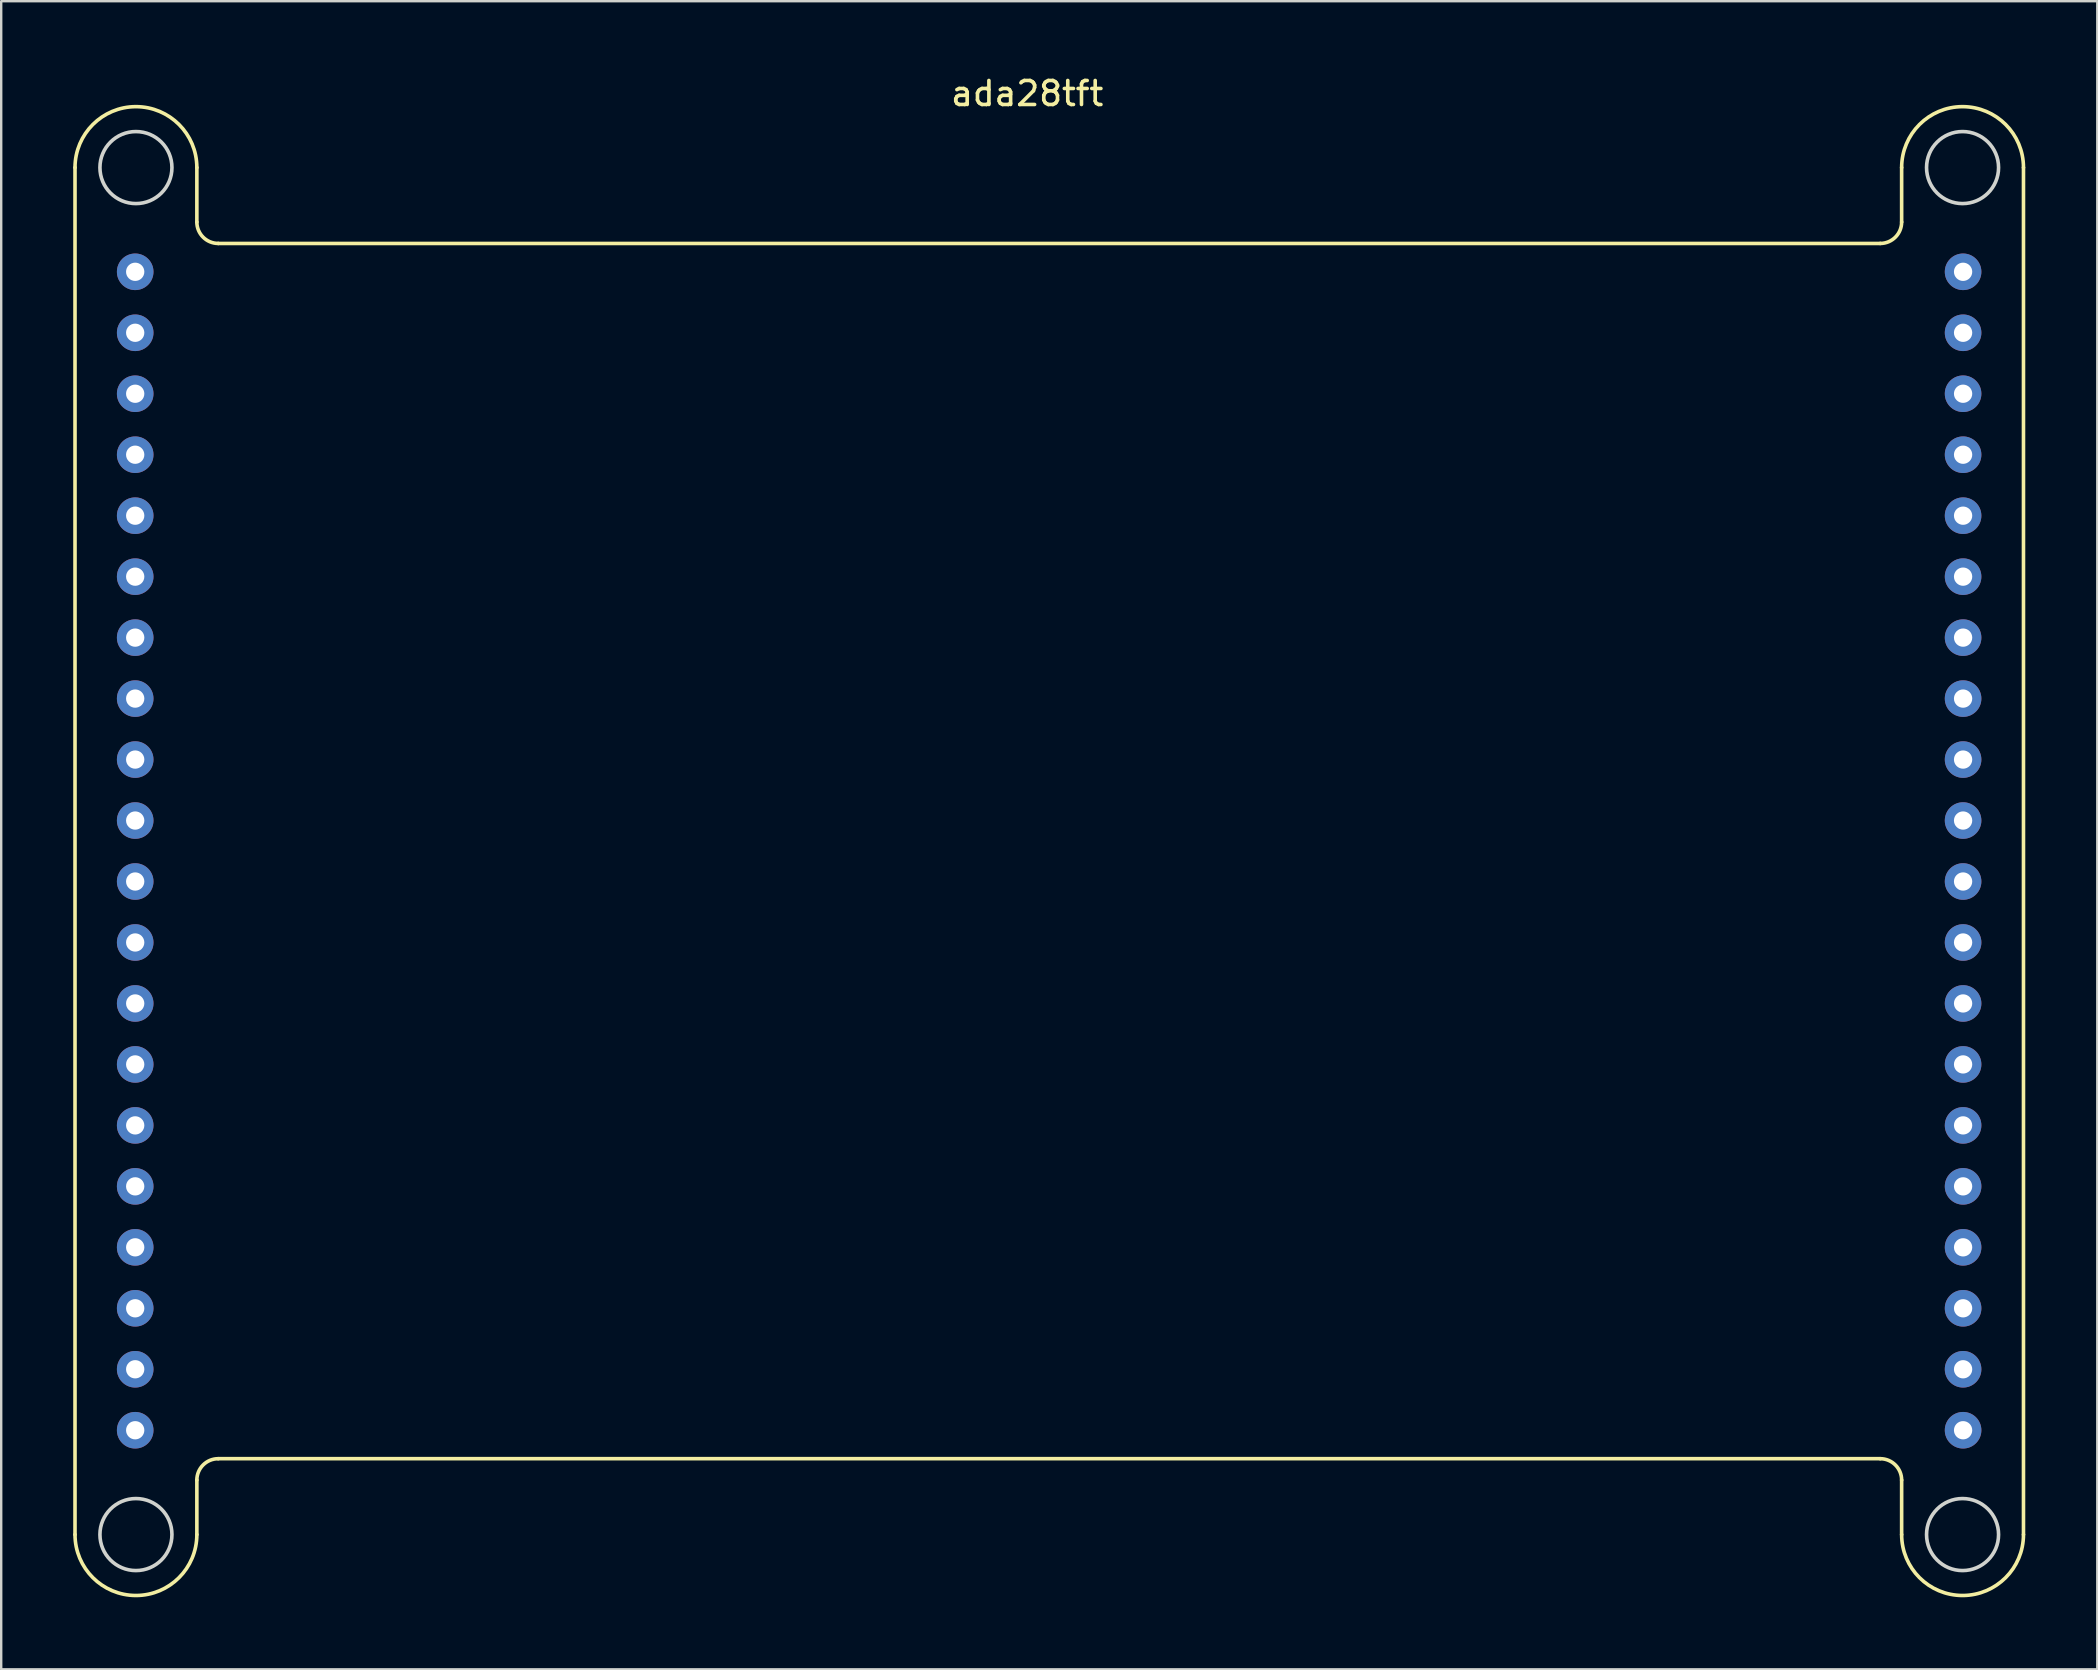
<source format=kicad_pcb>
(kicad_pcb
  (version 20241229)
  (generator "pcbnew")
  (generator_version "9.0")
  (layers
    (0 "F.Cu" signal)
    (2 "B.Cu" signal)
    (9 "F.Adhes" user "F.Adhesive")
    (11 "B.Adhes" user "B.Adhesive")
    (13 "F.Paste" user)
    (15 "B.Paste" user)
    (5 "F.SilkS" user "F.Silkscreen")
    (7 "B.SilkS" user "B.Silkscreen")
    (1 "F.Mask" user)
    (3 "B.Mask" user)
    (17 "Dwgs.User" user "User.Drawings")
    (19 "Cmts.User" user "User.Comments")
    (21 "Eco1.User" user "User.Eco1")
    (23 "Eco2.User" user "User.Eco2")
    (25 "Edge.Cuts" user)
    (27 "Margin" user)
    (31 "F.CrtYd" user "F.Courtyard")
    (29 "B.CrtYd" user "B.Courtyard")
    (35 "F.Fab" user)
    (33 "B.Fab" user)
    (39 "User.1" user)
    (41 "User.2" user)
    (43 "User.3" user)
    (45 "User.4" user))
  (footprint "ada28tft"
    (layer "F.Cu")
    (at 39.361 0.653)
    (property "Reference" "ada28tft" (at 0.381 0.195 0) (layer "F.SilkS") (effects (font (size 1 1) (thickness 0.15))))
    (attr through_hole)
    (fp_line (start -39.286 60.226) (end -39.286 3.278) (stroke (width 0.15) (type solid)) (layer "F.SilkS"))
    (fp_line (start -34.21 5.548) (end -34.21 3.278) (stroke (width 0.15) (type solid)) (layer "F.SilkS"))
    (fp_line (start -34.21 57.956) (end -34.21 60.226) (stroke (width 0.15) (type solid)) (layer "F.SilkS"))
    (fp_line (start -33.319 6.439) (end 35.919 6.439) (stroke (width 0.15) (type solid)) (layer "F.SilkS"))
    (fp_line (start -33.319 57.065) (end 35.919 57.065) (stroke (width 0.15) (type solid)) (layer "F.SilkS"))
    (fp_line (start 36.81 5.548) (end 36.81 3.278) (stroke (width 0.15) (type solid)) (layer "F.SilkS"))
    (fp_line (start 36.81 57.956) (end 36.81 60.226) (stroke (width 0.15) (type solid)) (layer "F.SilkS"))
    (fp_line (start 41.886 60.226) (end 41.886 3.278) (stroke (width 0.15) (type solid)) (layer "F.SilkS"))
    (fp_arc (start -39.285953 3.277915) (mid -36.748116 0.740078) (end -34.210279 3.277915) (stroke (width 0.15) (type solid)) (layer "F.SilkS"))
    (fp_arc (start -34.210279 57.956483) (mid -33.949307 57.32644) (end -33.319264 57.065468) (stroke (width 0.15) (type solid)) (layer "F.SilkS"))
    (fp_arc (start -34.210279 60.226301) (mid -36.748116 62.764138) (end -39.285953 60.226301) (stroke (width 0.15) (type solid)) (layer "F.SilkS"))
    (fp_arc (start -33.319264 6.438748) (mid -33.949307 6.177776) (end -34.210279 5.547733) (stroke (width 0.15) (type solid)) (layer "F.SilkS"))
    (fp_arc (start 35.919176 57.065469) (mid 36.549218 57.326441) (end 36.81019 57.956483) (stroke (width 0.15) (type solid)) (layer "F.SilkS"))
    (fp_arc (start 36.81019 5.547733) (mid 36.549218 6.177775) (end 35.919176 6.438747) (stroke (width 0.15) (type solid)) (layer "F.SilkS"))
    (fp_arc (start 36.810191 3.277915) (mid 39.348028 0.740078) (end 41.885865 3.277915) (stroke (width 0.15) (type solid)) (layer "F.SilkS"))
    (fp_arc (start 41.885866 60.226301) (mid 39.348028 62.764139) (end 36.81019 60.226301) (stroke (width 0.15) (type solid)) (layer "F.SilkS"))
    (fp_circle (center -36.748 3.278) (end -35.248 3.278) (stroke (width 0.15) (type solid)) (fill no) (layer "Edge.Cuts"))
    (fp_circle (center -36.748 60.226) (end -35.248 60.226) (stroke (width 0.15) (type solid)) (fill no) (layer "Edge.Cuts"))
    (fp_circle (center 39.348 3.278) (end 40.848 3.278) (stroke (width 0.15) (type solid)) (fill no) (layer "Edge.Cuts"))
    (fp_circle (center 39.348 60.226) (end 40.848 60.226) (stroke (width 0.15) (type solid)) (fill no) (layer "Edge.Cuts"))
    (pad "1" thru_hole circle (at -36.779 7.62) (size 1.524 1.524) (drill 0.762) (layers "*.Cu" "*.Mask"))
    (pad "2" thru_hole circle (at -36.779 10.16) (size 1.524 1.524) (drill 0.762) (layers "*.Cu" "*.Mask"))
    (pad "3" thru_hole circle (at -36.779 12.7) (size 1.524 1.524) (drill 0.762) (layers "*.Cu" "*.Mask"))
    (pad "4" thru_hole circle (at -36.779 15.24) (size 1.524 1.524) (drill 0.762) (layers "*.Cu" "*.Mask"))
    (pad "5" thru_hole circle (at -36.779 17.78) (size 1.524 1.524) (drill 0.762) (layers "*.Cu" "*.Mask"))
    (pad "6" thru_hole circle (at -36.779 20.32) (size 1.524 1.524) (drill 0.762) (layers "*.Cu" "*.Mask"))
    (pad "7" thru_hole circle (at -36.779 22.86) (size 1.524 1.524) (drill 0.762) (layers "*.Cu" "*.Mask"))
    (pad "8" thru_hole circle (at -36.779 25.4) (size 1.524 1.524) (drill 0.762) (layers "*.Cu" "*.Mask"))
    (pad "9" thru_hole circle (at -36.779 27.94) (size 1.524 1.524) (drill 0.762) (layers "*.Cu" "*.Mask"))
    (pad "10" thru_hole circle (at -36.779 30.48) (size 1.524 1.524) (drill 0.762) (layers "*.Cu" "*.Mask"))
    (pad "11" thru_hole circle (at -36.779 33.02) (size 1.524 1.524) (drill 0.762) (layers "*.Cu" "*.Mask"))
    (pad "12" thru_hole circle (at -36.779 35.56) (size 1.524 1.524) (drill 0.762) (layers "*.Cu" "*.Mask"))
    (pad "13" thru_hole circle (at -36.779 38.1) (size 1.524 1.524) (drill 0.762) (layers "*.Cu" "*.Mask"))
    (pad "14" thru_hole circle (at -36.779 40.64) (size 1.524 1.524) (drill 0.762) (layers "*.Cu" "*.Mask"))
    (pad "15" thru_hole circle (at -36.779 43.18) (size 1.524 1.524) (drill 0.762) (layers "*.Cu" "*.Mask"))
    (pad "16" thru_hole circle (at -36.779 45.72) (size 1.524 1.524) (drill 0.762) (layers "*.Cu" "*.Mask"))
    (pad "17" thru_hole circle (at -36.779 48.26) (size 1.524 1.524) (drill 0.762) (layers "*.Cu" "*.Mask"))
    (pad "18" thru_hole circle (at -36.779 50.8) (size 1.524 1.524) (drill 0.762) (layers "*.Cu" "*.Mask"))
    (pad "19" thru_hole circle (at -36.779 53.34) (size 1.524 1.524) (drill 0.762) (layers "*.Cu" "*.Mask"))
    (pad "20" thru_hole circle (at -36.779 55.88) (size 1.524 1.524) (drill 0.762) (layers "*.Cu" "*.Mask"))
    (pad "21" thru_hole circle (at 39.37 55.88) (size 1.524 1.524) (drill 0.762) (layers "*.Cu" "*.Mask"))
    (pad "22" thru_hole circle (at 39.37 53.34) (size 1.524 1.524) (drill 0.762) (layers "*.Cu" "*.Mask"))
    (pad "23" thru_hole circle (at 39.37 50.8) (size 1.524 1.524) (drill 0.762) (layers "*.Cu" "*.Mask"))
    (pad "24" thru_hole circle (at 39.37 48.26) (size 1.524 1.524) (drill 0.762) (layers "*.Cu" "*.Mask"))
    (pad "25" thru_hole circle (at 39.37 45.72) (size 1.524 1.524) (drill 0.762) (layers "*.Cu" "*.Mask"))
    (pad "26" thru_hole circle (at 39.37 43.18) (size 1.524 1.524) (drill 0.762) (layers "*.Cu" "*.Mask"))
    (pad "27" thru_hole circle (at 39.37 40.64) (size 1.524 1.524) (drill 0.762) (layers "*.Cu" "*.Mask"))
    (pad "28" thru_hole circle (at 39.37 38.1) (size 1.524 1.524) (drill 0.762) (layers "*.Cu" "*.Mask"))
    (pad "29" thru_hole circle (at 39.37 35.56) (size 1.524 1.524) (drill 0.762) (layers "*.Cu" "*.Mask"))
    (pad "30" thru_hole circle (at 39.37 33.02) (size 1.524 1.524) (drill 0.762) (layers "*.Cu" "*.Mask"))
    (pad "31" thru_hole circle (at 39.37 30.48) (size 1.524 1.524) (drill 0.762) (layers "*.Cu" "*.Mask"))
    (pad "32" thru_hole circle (at 39.37 27.94) (size 1.524 1.524) (drill 0.762) (layers "*.Cu" "*.Mask"))
    (pad "33" thru_hole circle (at 39.37 25.4) (size 1.524 1.524) (drill 0.762) (layers "*.Cu" "*.Mask"))
    (pad "34" thru_hole circle (at 39.37 22.86) (size 1.524 1.524) (drill 0.762) (layers "*.Cu" "*.Mask"))
    (pad "35" thru_hole circle (at 39.37 20.32) (size 1.524 1.524) (drill 0.762) (layers "*.Cu" "*.Mask"))
    (pad "36" thru_hole circle (at 39.37 17.78) (size 1.524 1.524) (drill 0.762) (layers "*.Cu" "*.Mask"))
    (pad "37" thru_hole circle (at 39.37 15.24) (size 1.524 1.524) (drill 0.762) (layers "*.Cu" "*.Mask"))
    (pad "38" thru_hole circle (at 39.37 12.7) (size 1.524 1.524) (drill 0.762) (layers "*.Cu" "*.Mask"))
    (pad "39" thru_hole circle (at 39.37 10.16) (size 1.524 1.524) (drill 0.762) (layers "*.Cu" "*.Mask"))
    (pad "40" thru_hole circle (at 39.37 7.62) (size 1.524 1.524) (drill 0.762) (layers "*.Cu" "*.Mask")))
  (gr_rect
    (start -3 -3)
    (end 84.322 66.492)
    (stroke (width 0.1) (type default))
    (fill no)
    (layer "Edge.Cuts")))
</source>
